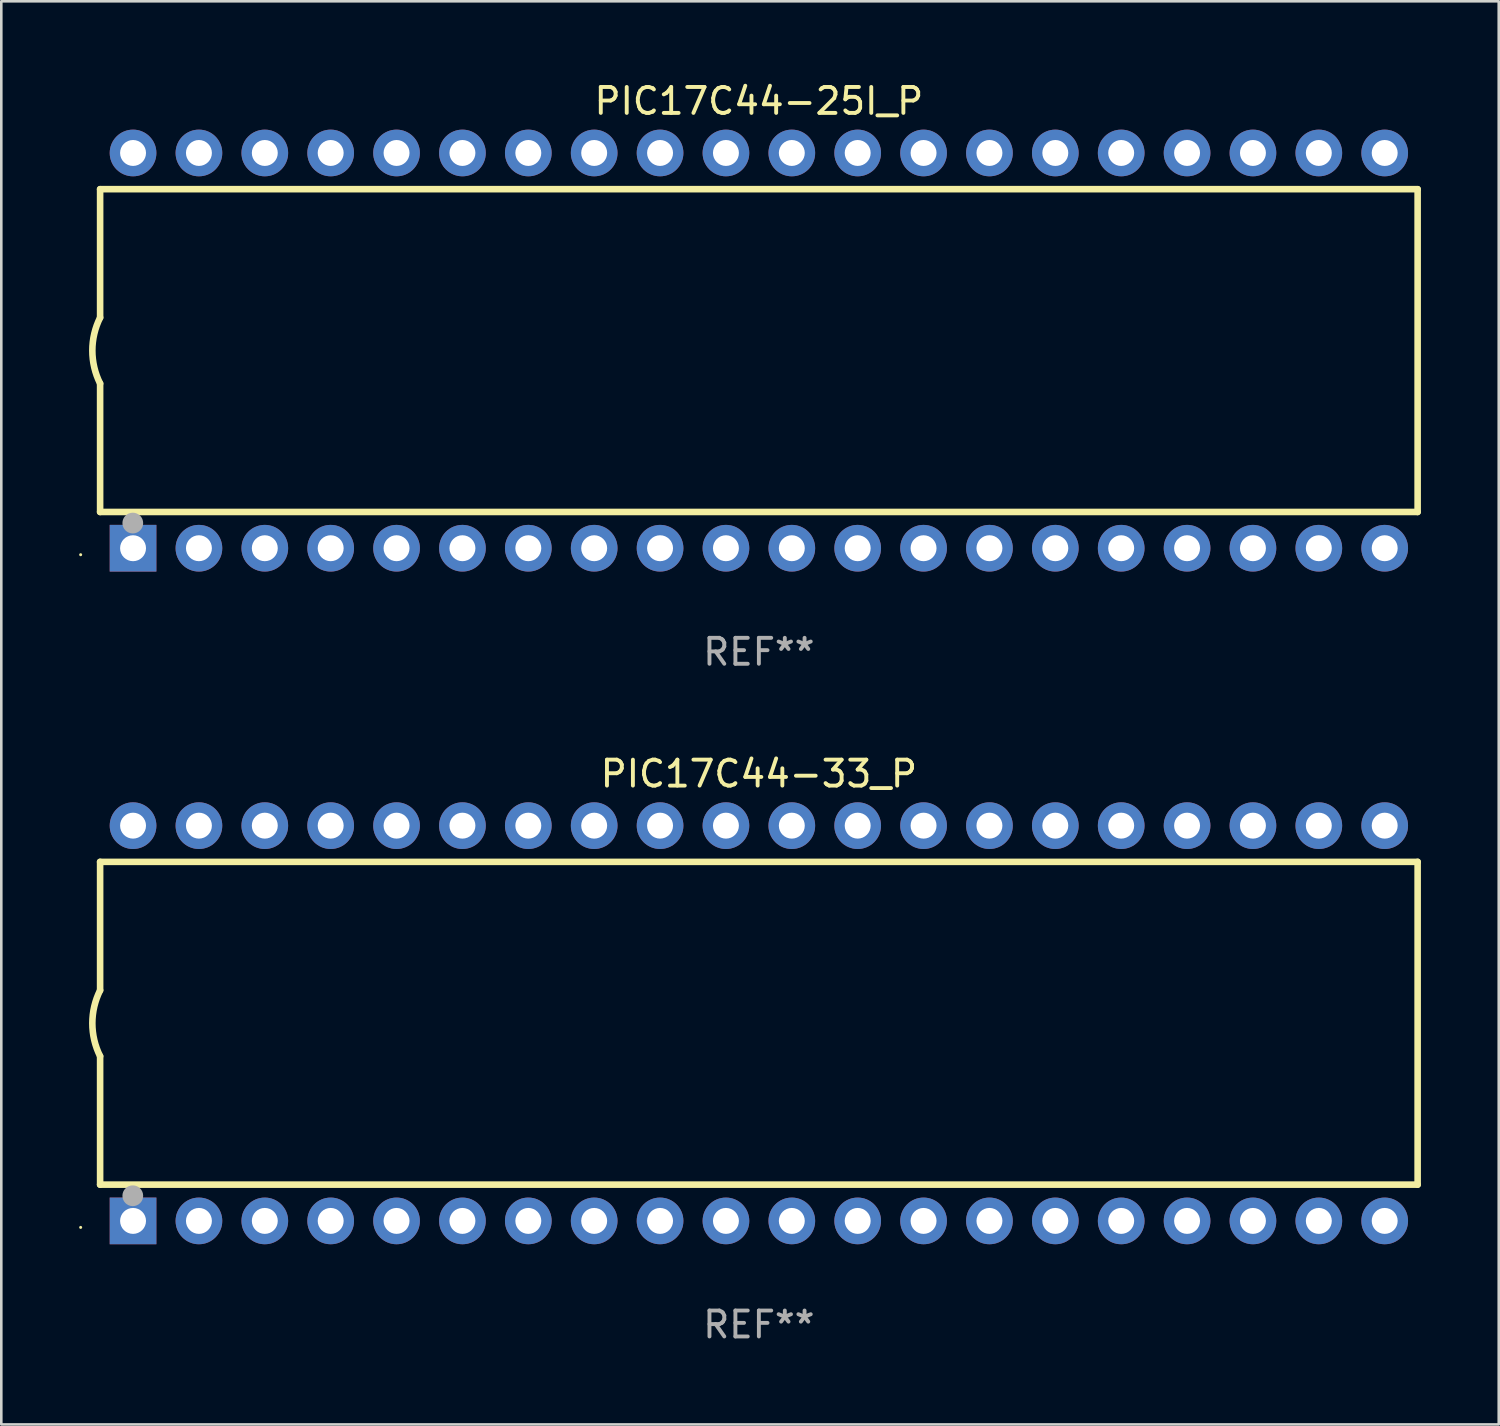
<source format=kicad_pcb>
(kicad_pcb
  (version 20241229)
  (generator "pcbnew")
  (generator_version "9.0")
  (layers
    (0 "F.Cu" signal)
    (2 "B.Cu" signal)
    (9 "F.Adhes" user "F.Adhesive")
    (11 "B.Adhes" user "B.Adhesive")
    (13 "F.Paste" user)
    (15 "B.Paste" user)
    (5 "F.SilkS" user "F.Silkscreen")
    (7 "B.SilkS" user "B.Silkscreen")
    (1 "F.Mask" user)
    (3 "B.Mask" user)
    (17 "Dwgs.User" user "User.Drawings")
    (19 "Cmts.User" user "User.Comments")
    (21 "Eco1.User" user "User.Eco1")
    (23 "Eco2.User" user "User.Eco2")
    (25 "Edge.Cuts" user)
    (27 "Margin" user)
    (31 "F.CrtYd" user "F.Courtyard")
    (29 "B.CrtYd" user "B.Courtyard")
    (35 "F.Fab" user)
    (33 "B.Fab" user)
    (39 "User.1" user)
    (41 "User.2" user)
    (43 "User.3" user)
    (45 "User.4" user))
  (footprint "PIC17C44-33_P"
    (layer "F.Cu")
    (at 26.21 36.405)
    (property "Reference" "PIC17C44-33_P" (at 0 -9.62 0) (layer "F.SilkS") (effects (font (size 1 1) (thickness 0.15))))
    (attr through_hole)
    (fp_line (start -25.4 -6.224) (end -25.4 -1.271) (stroke (width 0.254) (type solid)) (layer "F.SilkS"))
    (fp_line (start -25.4 -6.224) (end 25.4 -6.224) (stroke (width 0.254) (type solid)) (layer "F.SilkS"))
    (fp_line (start -25.4 1.269) (end -25.4 6.222) (stroke (width 0.254) (type solid)) (layer "F.SilkS"))
    (fp_line (start -25.4 6.222) (end 25.4 6.222) (stroke (width 0.254) (type solid)) (layer "F.SilkS"))
    (fp_line (start 25.4 6.222) (end 25.4 -6.224) (stroke (width 0.254) (type solid)) (layer "F.SilkS"))
    (fp_arc (start -25.4 1.269241) (mid -25.699807 -0.000762) (end -25.4 -1.270765) (stroke (width 0.254001) (type solid)) (layer "F.SilkS"))
    (fp_circle (center -26.15 7.87) (end -26.12 7.87) (stroke (width 0.06) (type solid)) (fill no) (layer "F.SilkS"))
    (fp_circle (center -24.14 6.65) (end -23.94 6.65) (stroke (width 0.4) (type solid)) (fill no) (layer "F.Fab"))
    (fp_text user "REF**" (at 0 11.62 0) (layer "F.Fab") (effects (font (size 1 1) (thickness 0.15))))
    (pad "1" thru_hole rect (at -24.13 7.62 90) (size 1.8 1.8) (drill 1) (layers "*.Cu" "*.Mask"))
    (pad "2" thru_hole circle (at -21.59 7.62) (size 1.8 1.8) (drill 1) (layers "*.Cu" "*.Mask"))
    (pad "3" thru_hole circle (at -19.05 7.62) (size 1.8 1.8) (drill 1) (layers "*.Cu" "*.Mask"))
    (pad "4" thru_hole circle (at -16.51 7.62) (size 1.8 1.8) (drill 1) (layers "*.Cu" "*.Mask"))
    (pad "5" thru_hole circle (at -13.97 7.62) (size 1.8 1.8) (drill 1) (layers "*.Cu" "*.Mask"))
    (pad "6" thru_hole circle (at -11.43 7.62) (size 1.8 1.8) (drill 1) (layers "*.Cu" "*.Mask"))
    (pad "7" thru_hole circle (at -8.89 7.62) (size 1.8 1.8) (drill 1) (layers "*.Cu" "*.Mask"))
    (pad "8" thru_hole circle (at -6.35 7.62) (size 1.8 1.8) (drill 1) (layers "*.Cu" "*.Mask"))
    (pad "9" thru_hole circle (at -3.81 7.62) (size 1.8 1.8) (drill 1) (layers "*.Cu" "*.Mask"))
    (pad "10" thru_hole circle (at -1.27 7.62) (size 1.8 1.8) (drill 1) (layers "*.Cu" "*.Mask"))
    (pad "11" thru_hole circle (at 1.27 7.62) (size 1.8 1.8) (drill 1) (layers "*.Cu" "*.Mask"))
    (pad "12" thru_hole circle (at 3.81 7.62) (size 1.8 1.8) (drill 1) (layers "*.Cu" "*.Mask"))
    (pad "13" thru_hole circle (at 6.35 7.62) (size 1.8 1.8) (drill 1) (layers "*.Cu" "*.Mask"))
    (pad "14" thru_hole circle (at 8.89 7.62) (size 1.8 1.8) (drill 1) (layers "*.Cu" "*.Mask"))
    (pad "15" thru_hole circle (at 11.43 7.62) (size 1.8 1.8) (drill 1) (layers "*.Cu" "*.Mask"))
    (pad "16" thru_hole circle (at 13.97 7.62) (size 1.8 1.8) (drill 1) (layers "*.Cu" "*.Mask"))
    (pad "17" thru_hole circle (at 16.51 7.62) (size 1.8 1.8) (drill 1) (layers "*.Cu" "*.Mask"))
    (pad "18" thru_hole circle (at 19.05 7.62) (size 1.8 1.8) (drill 1) (layers "*.Cu" "*.Mask"))
    (pad "19" thru_hole circle (at 21.59 7.62) (size 1.8 1.8) (drill 1) (layers "*.Cu" "*.Mask"))
    (pad "20" thru_hole circle (at 24.13 7.62) (size 1.8 1.8) (drill 1) (layers "*.Cu" "*.Mask"))
    (pad "21" thru_hole circle (at 24.13 -7.62) (size 1.8 1.8) (drill 1) (layers "*.Cu" "*.Mask"))
    (pad "22" thru_hole circle (at 21.59 -7.62) (size 1.8 1.8) (drill 1) (layers "*.Cu" "*.Mask"))
    (pad "23" thru_hole circle (at 19.05 -7.62) (size 1.8 1.8) (drill 1) (layers "*.Cu" "*.Mask"))
    (pad "24" thru_hole circle (at 16.51 -7.62) (size 1.8 1.8) (drill 1) (layers "*.Cu" "*.Mask"))
    (pad "25" thru_hole circle (at 13.97 -7.62) (size 1.8 1.8) (drill 1) (layers "*.Cu" "*.Mask"))
    (pad "26" thru_hole circle (at 11.43 -7.62) (size 1.8 1.8) (drill 1) (layers "*.Cu" "*.Mask"))
    (pad "27" thru_hole circle (at 8.89 -7.62) (size 1.8 1.8) (drill 1) (layers "*.Cu" "*.Mask"))
    (pad "28" thru_hole circle (at 6.35 -7.62) (size 1.8 1.8) (drill 1) (layers "*.Cu" "*.Mask"))
    (pad "29" thru_hole circle (at 3.81 -7.62) (size 1.8 1.8) (drill 1) (layers "*.Cu" "*.Mask"))
    (pad "30" thru_hole circle (at 1.27 -7.62) (size 1.8 1.8) (drill 1) (layers "*.Cu" "*.Mask"))
    (pad "31" thru_hole circle (at -1.27 -7.62) (size 1.8 1.8) (drill 1) (layers "*.Cu" "*.Mask"))
    (pad "32" thru_hole circle (at -3.81 -7.62) (size 1.8 1.8) (drill 1) (layers "*.Cu" "*.Mask"))
    (pad "33" thru_hole circle (at -6.35 -7.62) (size 1.8 1.8) (drill 1) (layers "*.Cu" "*.Mask"))
    (pad "34" thru_hole circle (at -8.89 -7.62) (size 1.8 1.8) (drill 1) (layers "*.Cu" "*.Mask"))
    (pad "35" thru_hole circle (at -11.43 -7.62) (size 1.8 1.8) (drill 1) (layers "*.Cu" "*.Mask"))
    (pad "36" thru_hole circle (at -13.97 -7.62) (size 1.8 1.8) (drill 1) (layers "*.Cu" "*.Mask"))
    (pad "37" thru_hole circle (at -16.51 -7.62) (size 1.8 1.8) (drill 1) (layers "*.Cu" "*.Mask"))
    (pad "38" thru_hole circle (at -19.05 -7.62) (size 1.8 1.8) (drill 1) (layers "*.Cu" "*.Mask"))
    (pad "39" thru_hole circle (at -21.59 -7.62) (size 1.8 1.8) (drill 1) (layers "*.Cu" "*.Mask"))
    (pad "40" thru_hole circle (at -24.13 -7.62) (size 1.8 1.8) (drill 1) (layers "*.Cu" "*.Mask")))
  (footprint "PIC17C44-25I_P"
    (layer "F.Cu")
    (at 26.21 10.468)
    (property "Reference" "PIC17C44-25I_P" (at 0 -9.62 0) (layer "F.SilkS") (effects (font (size 1 1) (thickness 0.15))))
    (attr through_hole)
    (fp_line (start -25.4 -6.224) (end -25.4 -1.271) (stroke (width 0.254) (type solid)) (layer "F.SilkS"))
    (fp_line (start -25.4 -6.224) (end 25.4 -6.224) (stroke (width 0.254) (type solid)) (layer "F.SilkS"))
    (fp_line (start -25.4 1.269) (end -25.4 6.222) (stroke (width 0.254) (type solid)) (layer "F.SilkS"))
    (fp_line (start -25.4 6.222) (end 25.4 6.222) (stroke (width 0.254) (type solid)) (layer "F.SilkS"))
    (fp_line (start 25.4 6.222) (end 25.4 -6.224) (stroke (width 0.254) (type solid)) (layer "F.SilkS"))
    (fp_arc (start -25.4 1.269241) (mid -25.699807 -0.000762) (end -25.4 -1.270765) (stroke (width 0.254001) (type solid)) (layer "F.SilkS"))
    (fp_circle (center -26.15 7.87) (end -26.12 7.87) (stroke (width 0.06) (type solid)) (fill no) (layer "F.SilkS"))
    (fp_circle (center -24.14 6.65) (end -23.94 6.65) (stroke (width 0.4) (type solid)) (fill no) (layer "F.Fab"))
    (fp_text user "REF**" (at 0 11.62 0) (layer "F.Fab") (effects (font (size 1 1) (thickness 0.15))))
    (pad "1" thru_hole rect (at -24.13 7.62 90) (size 1.8 1.8) (drill 1) (layers "*.Cu" "*.Mask"))
    (pad "2" thru_hole circle (at -21.59 7.62) (size 1.8 1.8) (drill 1) (layers "*.Cu" "*.Mask"))
    (pad "3" thru_hole circle (at -19.05 7.62) (size 1.8 1.8) (drill 1) (layers "*.Cu" "*.Mask"))
    (pad "4" thru_hole circle (at -16.51 7.62) (size 1.8 1.8) (drill 1) (layers "*.Cu" "*.Mask"))
    (pad "5" thru_hole circle (at -13.97 7.62) (size 1.8 1.8) (drill 1) (layers "*.Cu" "*.Mask"))
    (pad "6" thru_hole circle (at -11.43 7.62) (size 1.8 1.8) (drill 1) (layers "*.Cu" "*.Mask"))
    (pad "7" thru_hole circle (at -8.89 7.62) (size 1.8 1.8) (drill 1) (layers "*.Cu" "*.Mask"))
    (pad "8" thru_hole circle (at -6.35 7.62) (size 1.8 1.8) (drill 1) (layers "*.Cu" "*.Mask"))
    (pad "9" thru_hole circle (at -3.81 7.62) (size 1.8 1.8) (drill 1) (layers "*.Cu" "*.Mask"))
    (pad "10" thru_hole circle (at -1.27 7.62) (size 1.8 1.8) (drill 1) (layers "*.Cu" "*.Mask"))
    (pad "11" thru_hole circle (at 1.27 7.62) (size 1.8 1.8) (drill 1) (layers "*.Cu" "*.Mask"))
    (pad "12" thru_hole circle (at 3.81 7.62) (size 1.8 1.8) (drill 1) (layers "*.Cu" "*.Mask"))
    (pad "13" thru_hole circle (at 6.35 7.62) (size 1.8 1.8) (drill 1) (layers "*.Cu" "*.Mask"))
    (pad "14" thru_hole circle (at 8.89 7.62) (size 1.8 1.8) (drill 1) (layers "*.Cu" "*.Mask"))
    (pad "15" thru_hole circle (at 11.43 7.62) (size 1.8 1.8) (drill 1) (layers "*.Cu" "*.Mask"))
    (pad "16" thru_hole circle (at 13.97 7.62) (size 1.8 1.8) (drill 1) (layers "*.Cu" "*.Mask"))
    (pad "17" thru_hole circle (at 16.51 7.62) (size 1.8 1.8) (drill 1) (layers "*.Cu" "*.Mask"))
    (pad "18" thru_hole circle (at 19.05 7.62) (size 1.8 1.8) (drill 1) (layers "*.Cu" "*.Mask"))
    (pad "19" thru_hole circle (at 21.59 7.62) (size 1.8 1.8) (drill 1) (layers "*.Cu" "*.Mask"))
    (pad "20" thru_hole circle (at 24.13 7.62) (size 1.8 1.8) (drill 1) (layers "*.Cu" "*.Mask"))
    (pad "21" thru_hole circle (at 24.13 -7.62) (size 1.8 1.8) (drill 1) (layers "*.Cu" "*.Mask"))
    (pad "22" thru_hole circle (at 21.59 -7.62) (size 1.8 1.8) (drill 1) (layers "*.Cu" "*.Mask"))
    (pad "23" thru_hole circle (at 19.05 -7.62) (size 1.8 1.8) (drill 1) (layers "*.Cu" "*.Mask"))
    (pad "24" thru_hole circle (at 16.51 -7.62) (size 1.8 1.8) (drill 1) (layers "*.Cu" "*.Mask"))
    (pad "25" thru_hole circle (at 13.97 -7.62) (size 1.8 1.8) (drill 1) (layers "*.Cu" "*.Mask"))
    (pad "26" thru_hole circle (at 11.43 -7.62) (size 1.8 1.8) (drill 1) (layers "*.Cu" "*.Mask"))
    (pad "27" thru_hole circle (at 8.89 -7.62) (size 1.8 1.8) (drill 1) (layers "*.Cu" "*.Mask"))
    (pad "28" thru_hole circle (at 6.35 -7.62) (size 1.8 1.8) (drill 1) (layers "*.Cu" "*.Mask"))
    (pad "29" thru_hole circle (at 3.81 -7.62) (size 1.8 1.8) (drill 1) (layers "*.Cu" "*.Mask"))
    (pad "30" thru_hole circle (at 1.27 -7.62) (size 1.8 1.8) (drill 1) (layers "*.Cu" "*.Mask"))
    (pad "31" thru_hole circle (at -1.27 -7.62) (size 1.8 1.8) (drill 1) (layers "*.Cu" "*.Mask"))
    (pad "32" thru_hole circle (at -3.81 -7.62) (size 1.8 1.8) (drill 1) (layers "*.Cu" "*.Mask"))
    (pad "33" thru_hole circle (at -6.35 -7.62) (size 1.8 1.8) (drill 1) (layers "*.Cu" "*.Mask"))
    (pad "34" thru_hole circle (at -8.89 -7.62) (size 1.8 1.8) (drill 1) (layers "*.Cu" "*.Mask"))
    (pad "35" thru_hole circle (at -11.43 -7.62) (size 1.8 1.8) (drill 1) (layers "*.Cu" "*.Mask"))
    (pad "36" thru_hole circle (at -13.97 -7.62) (size 1.8 1.8) (drill 1) (layers "*.Cu" "*.Mask"))
    (pad "37" thru_hole circle (at -16.51 -7.62) (size 1.8 1.8) (drill 1) (layers "*.Cu" "*.Mask"))
    (pad "38" thru_hole circle (at -19.05 -7.62) (size 1.8 1.8) (drill 1) (layers "*.Cu" "*.Mask"))
    (pad "39" thru_hole circle (at -21.59 -7.62) (size 1.8 1.8) (drill 1) (layers "*.Cu" "*.Mask"))
    (pad "40" thru_hole circle (at -24.13 -7.62) (size 1.8 1.8) (drill 1) (layers "*.Cu" "*.Mask")))
  (gr_rect
    (start -3 -3)
    (end 54.737 51.873)
    (stroke (width 0.1) (type default))
    (fill no)
    (layer "Edge.Cuts")))
</source>
